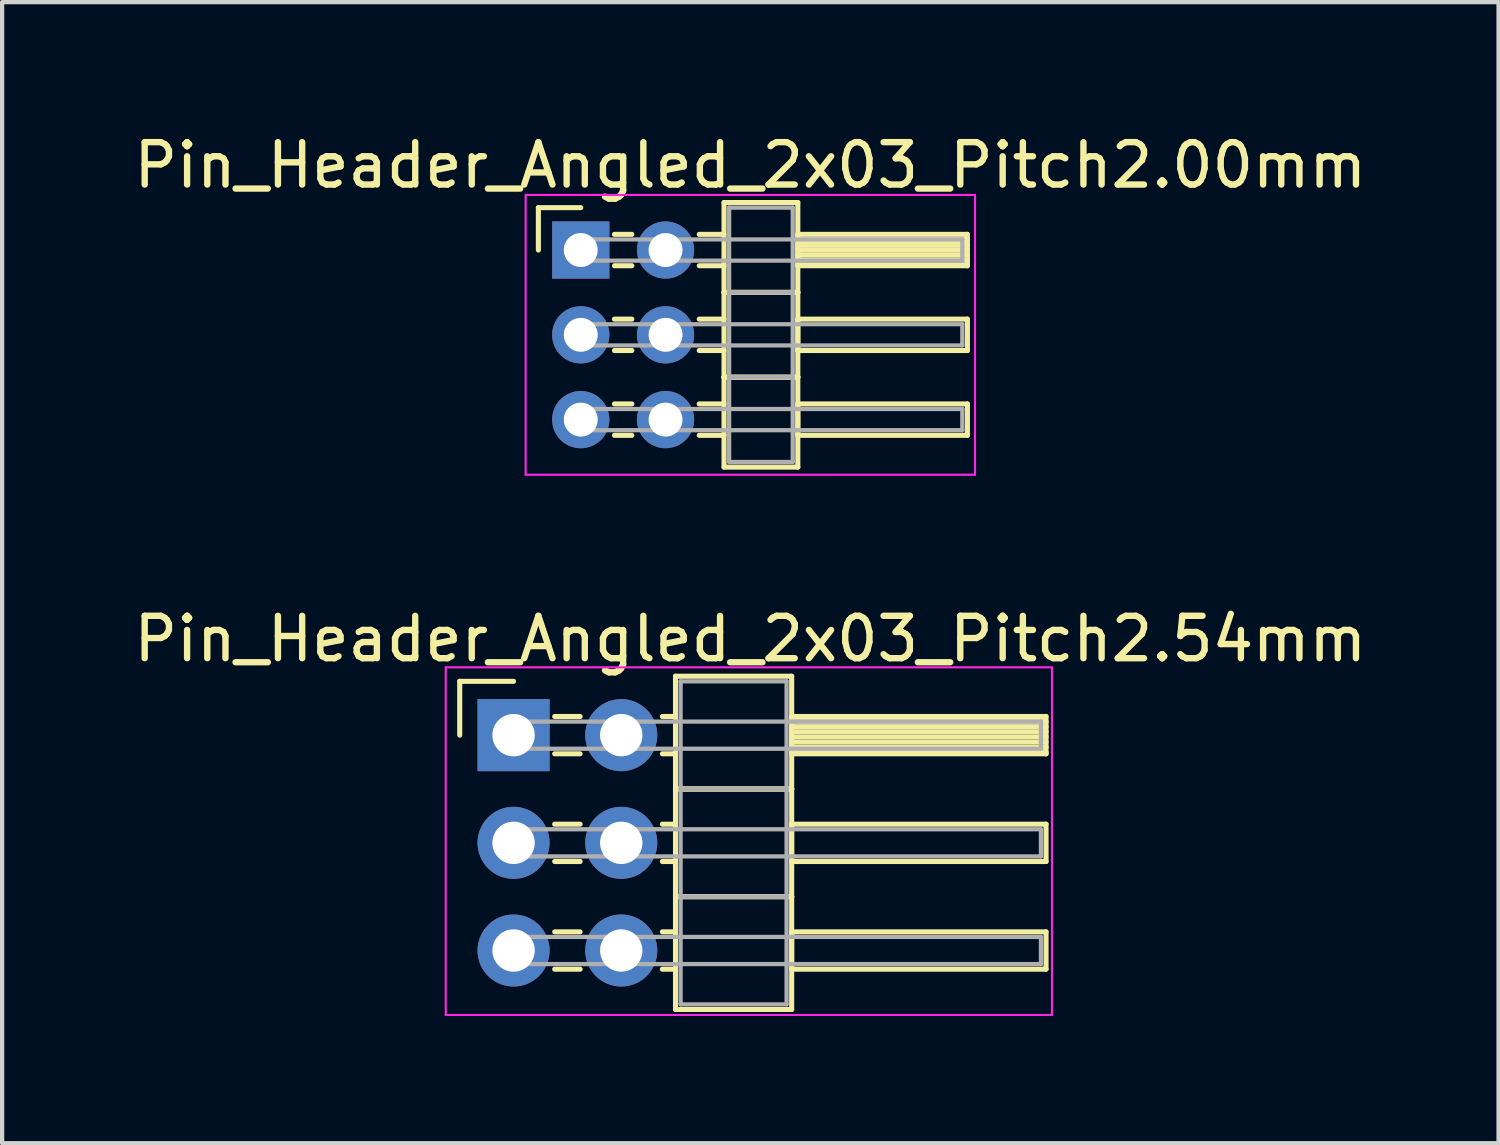
<source format=kicad_pcb>
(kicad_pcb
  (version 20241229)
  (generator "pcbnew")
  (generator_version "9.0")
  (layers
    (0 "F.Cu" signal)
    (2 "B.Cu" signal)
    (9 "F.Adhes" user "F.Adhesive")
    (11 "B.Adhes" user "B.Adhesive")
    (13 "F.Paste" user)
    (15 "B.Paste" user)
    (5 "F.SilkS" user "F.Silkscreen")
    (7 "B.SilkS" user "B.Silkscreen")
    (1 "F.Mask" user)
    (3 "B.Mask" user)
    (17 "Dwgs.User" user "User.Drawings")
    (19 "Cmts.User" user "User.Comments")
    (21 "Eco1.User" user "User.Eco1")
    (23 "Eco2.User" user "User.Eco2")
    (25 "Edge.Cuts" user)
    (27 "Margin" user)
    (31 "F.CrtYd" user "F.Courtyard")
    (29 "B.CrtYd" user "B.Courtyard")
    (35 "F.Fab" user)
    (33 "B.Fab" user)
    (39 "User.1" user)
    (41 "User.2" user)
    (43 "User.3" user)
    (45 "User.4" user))
  (footprint "Pin_Header_Angled_2x03_Pitch2.54mm"
    (layer "F.Cu")
    (at 9.064 14.291)
    (property "Reference" "Pin_Header_Angled_2x03_Pitch2.54mm" (at 5.585 -2.27 0) (layer "F.SilkS") (effects (font (size 1 1) (thickness 0.15))))
    (attr through_hole)
    (fp_line (start -1.27 -1.27) (end 0 -1.27) (stroke (width 0.12) (type solid)) (layer "F.SilkS"))
    (fp_line (start -1.27 0) (end -1.27 -1.27) (stroke (width 0.12) (type solid)) (layer "F.SilkS"))
    (fp_line (start 0.97 -0.44) (end 1.57 -0.44) (stroke (width 0.12) (type solid)) (layer "F.SilkS"))
    (fp_line (start 0.97 0.44) (end 1.57 0.44) (stroke (width 0.12) (type solid)) (layer "F.SilkS"))
    (fp_line (start 0.97 2.1) (end 1.57 2.1) (stroke (width 0.12) (type solid)) (layer "F.SilkS"))
    (fp_line (start 0.97 2.98) (end 1.57 2.98) (stroke (width 0.12) (type solid)) (layer "F.SilkS"))
    (fp_line (start 0.97 4.64) (end 1.57 4.64) (stroke (width 0.12) (type solid)) (layer "F.SilkS"))
    (fp_line (start 0.97 5.52) (end 1.57 5.52) (stroke (width 0.12) (type solid)) (layer "F.SilkS"))
    (fp_line (start 3.51 -0.44) (end 3.82 -0.44) (stroke (width 0.12) (type solid)) (layer "F.SilkS"))
    (fp_line (start 3.51 0.44) (end 3.82 0.44) (stroke (width 0.12) (type solid)) (layer "F.SilkS"))
    (fp_line (start 3.51 2.1) (end 3.82 2.1) (stroke (width 0.12) (type solid)) (layer "F.SilkS"))
    (fp_line (start 3.51 2.98) (end 3.82 2.98) (stroke (width 0.12) (type solid)) (layer "F.SilkS"))
    (fp_line (start 3.51 4.64) (end 3.82 4.64) (stroke (width 0.12) (type solid)) (layer "F.SilkS"))
    (fp_line (start 3.51 5.52) (end 3.82 5.52) (stroke (width 0.12) (type solid)) (layer "F.SilkS"))
    (fp_line (start 3.82 -1.39) (end 3.82 1.27) (stroke (width 0.12) (type solid)) (layer "F.SilkS"))
    (fp_line (start 3.82 1.27) (end 3.82 3.81) (stroke (width 0.12) (type solid)) (layer "F.SilkS"))
    (fp_line (start 3.82 1.27) (end 6.56 1.27) (stroke (width 0.12) (type solid)) (layer "F.SilkS"))
    (fp_line (start 3.82 3.81) (end 3.82 6.47) (stroke (width 0.12) (type solid)) (layer "F.SilkS"))
    (fp_line (start 3.82 3.81) (end 6.56 3.81) (stroke (width 0.12) (type solid)) (layer "F.SilkS"))
    (fp_line (start 3.82 6.47) (end 6.56 6.47) (stroke (width 0.12) (type solid)) (layer "F.SilkS"))
    (fp_line (start 6.56 -1.39) (end 3.82 -1.39) (stroke (width 0.12) (type solid)) (layer "F.SilkS"))
    (fp_line (start 6.56 -0.44) (end 6.56 0.44) (stroke (width 0.12) (type solid)) (layer "F.SilkS"))
    (fp_line (start 6.56 -0.32) (end 12.56 -0.32) (stroke (width 0.12) (type solid)) (layer "F.SilkS"))
    (fp_line (start 6.56 -0.2) (end 12.56 -0.2) (stroke (width 0.12) (type solid)) (layer "F.SilkS"))
    (fp_line (start 6.56 -0.08) (end 12.56 -0.08) (stroke (width 0.12) (type solid)) (layer "F.SilkS"))
    (fp_line (start 6.56 0.04) (end 12.56 0.04) (stroke (width 0.12) (type solid)) (layer "F.SilkS"))
    (fp_line (start 6.56 0.16) (end 12.56 0.16) (stroke (width 0.12) (type solid)) (layer "F.SilkS"))
    (fp_line (start 6.56 0.28) (end 12.56 0.28) (stroke (width 0.12) (type solid)) (layer "F.SilkS"))
    (fp_line (start 6.56 0.4) (end 12.56 0.4) (stroke (width 0.12) (type solid)) (layer "F.SilkS"))
    (fp_line (start 6.56 0.44) (end 12.56 0.44) (stroke (width 0.12) (type solid)) (layer "F.SilkS"))
    (fp_line (start 6.56 1.27) (end 3.82 1.27) (stroke (width 0.12) (type solid)) (layer "F.SilkS"))
    (fp_line (start 6.56 1.27) (end 6.56 -1.39) (stroke (width 0.12) (type solid)) (layer "F.SilkS"))
    (fp_line (start 6.56 2.1) (end 6.56 2.98) (stroke (width 0.12) (type solid)) (layer "F.SilkS"))
    (fp_line (start 6.56 2.98) (end 12.56 2.98) (stroke (width 0.12) (type solid)) (layer "F.SilkS"))
    (fp_line (start 6.56 3.81) (end 3.82 3.81) (stroke (width 0.12) (type solid)) (layer "F.SilkS"))
    (fp_line (start 6.56 3.81) (end 6.56 1.27) (stroke (width 0.12) (type solid)) (layer "F.SilkS"))
    (fp_line (start 6.56 4.64) (end 6.56 5.52) (stroke (width 0.12) (type solid)) (layer "F.SilkS"))
    (fp_line (start 6.56 5.52) (end 12.56 5.52) (stroke (width 0.12) (type solid)) (layer "F.SilkS"))
    (fp_line (start 6.56 6.47) (end 6.56 3.81) (stroke (width 0.12) (type solid)) (layer "F.SilkS"))
    (fp_line (start 12.56 -0.44) (end 6.56 -0.44) (stroke (width 0.12) (type solid)) (layer "F.SilkS"))
    (fp_line (start 12.56 0.44) (end 12.56 -0.44) (stroke (width 0.12) (type solid)) (layer "F.SilkS"))
    (fp_line (start 12.56 2.1) (end 6.56 2.1) (stroke (width 0.12) (type solid)) (layer "F.SilkS"))
    (fp_line (start 12.56 2.98) (end 12.56 2.1) (stroke (width 0.12) (type solid)) (layer "F.SilkS"))
    (fp_line (start 12.56 4.64) (end 6.56 4.64) (stroke (width 0.12) (type solid)) (layer "F.SilkS"))
    (fp_line (start 12.56 5.52) (end 12.56 4.64) (stroke (width 0.12) (type solid)) (layer "F.SilkS"))
    (fp_line (start -1.6 -1.6) (end -1.6 6.6) (stroke (width 0.05) (type solid)) (layer "F.CrtYd"))
    (fp_line (start -1.6 6.6) (end 12.7 6.6) (stroke (width 0.05) (type solid)) (layer "F.CrtYd"))
    (fp_line (start 12.7 -1.6) (end -1.6 -1.6) (stroke (width 0.05) (type solid)) (layer "F.CrtYd"))
    (fp_line (start 12.7 6.6) (end 12.7 -1.6) (stroke (width 0.05) (type solid)) (layer "F.CrtYd"))
    (fp_line (start 0 -0.32) (end 0 0.32) (stroke (width 0.1) (type solid)) (layer "F.Fab"))
    (fp_line (start 0 0.32) (end 12.44 0.32) (stroke (width 0.1) (type solid)) (layer "F.Fab"))
    (fp_line (start 0 2.22) (end 0 2.86) (stroke (width 0.1) (type solid)) (layer "F.Fab"))
    (fp_line (start 0 2.86) (end 12.44 2.86) (stroke (width 0.1) (type solid)) (layer "F.Fab"))
    (fp_line (start 0 4.76) (end 0 5.4) (stroke (width 0.1) (type solid)) (layer "F.Fab"))
    (fp_line (start 0 5.4) (end 12.44 5.4) (stroke (width 0.1) (type solid)) (layer "F.Fab"))
    (fp_line (start 3.94 -1.27) (end 3.94 1.27) (stroke (width 0.1) (type solid)) (layer "F.Fab"))
    (fp_line (start 3.94 1.27) (end 3.94 3.81) (stroke (width 0.1) (type solid)) (layer "F.Fab"))
    (fp_line (start 3.94 1.27) (end 6.44 1.27) (stroke (width 0.1) (type solid)) (layer "F.Fab"))
    (fp_line (start 3.94 3.81) (end 3.94 6.35) (stroke (width 0.1) (type solid)) (layer "F.Fab"))
    (fp_line (start 3.94 3.81) (end 6.44 3.81) (stroke (width 0.1) (type solid)) (layer "F.Fab"))
    (fp_line (start 3.94 6.35) (end 6.44 6.35) (stroke (width 0.1) (type solid)) (layer "F.Fab"))
    (fp_line (start 6.44 -1.27) (end 3.94 -1.27) (stroke (width 0.1) (type solid)) (layer "F.Fab"))
    (fp_line (start 6.44 1.27) (end 3.94 1.27) (stroke (width 0.1) (type solid)) (layer "F.Fab"))
    (fp_line (start 6.44 1.27) (end 6.44 -1.27) (stroke (width 0.1) (type solid)) (layer "F.Fab"))
    (fp_line (start 6.44 3.81) (end 3.94 3.81) (stroke (width 0.1) (type solid)) (layer "F.Fab"))
    (fp_line (start 6.44 3.81) (end 6.44 1.27) (stroke (width 0.1) (type solid)) (layer "F.Fab"))
    (fp_line (start 6.44 6.35) (end 6.44 3.81) (stroke (width 0.1) (type solid)) (layer "F.Fab"))
    (fp_line (start 12.44 -0.32) (end 0 -0.32) (stroke (width 0.1) (type solid)) (layer "F.Fab"))
    (fp_line (start 12.44 0.32) (end 12.44 -0.32) (stroke (width 0.1) (type solid)) (layer "F.Fab"))
    (fp_line (start 12.44 2.22) (end 0 2.22) (stroke (width 0.1) (type solid)) (layer "F.Fab"))
    (fp_line (start 12.44 2.86) (end 12.44 2.22) (stroke (width 0.1) (type solid)) (layer "F.Fab"))
    (fp_line (start 12.44 4.76) (end 0 4.76) (stroke (width 0.1) (type solid)) (layer "F.Fab"))
    (fp_line (start 12.44 5.4) (end 12.44 4.76) (stroke (width 0.1) (type solid)) (layer "F.Fab"))
    (pad "1" thru_hole rect (at 0 0) (size 1.7 1.7) (drill 1) (layers "*.Cu" "*.Mask"))
    (pad "2" thru_hole oval (at 2.54 0) (size 1.7 1.7) (drill 1) (layers "*.Cu" "*.Mask"))
    (pad "3" thru_hole oval (at 0 2.54) (size 1.7 1.7) (drill 1) (layers "*.Cu" "*.Mask"))
    (pad "4" thru_hole oval (at 2.54 2.54) (size 1.7 1.7) (drill 1) (layers "*.Cu" "*.Mask"))
    (pad "5" thru_hole oval (at 0 5.08) (size 1.7 1.7) (drill 1) (layers "*.Cu" "*.Mask"))
    (pad "6" thru_hole oval (at 2.54 5.08) (size 1.7 1.7) (drill 1) (layers "*.Cu" "*.Mask")))
  (footprint "Pin_Header_Angled_2x03_Pitch2.00mm"
    (layer "F.Cu")
    (at 10.649 2.848)
    (property "Reference" "Pin_Header_Angled_2x03_Pitch2.00mm" (at 4 -2 0) (layer "F.SilkS") (effects (font (size 1 1) (thickness 0.15))))
    (attr through_hole)
    (fp_line (start -1 -1) (end 0 -1) (stroke (width 0.12) (type solid)) (layer "F.SilkS"))
    (fp_line (start -1 0) (end -1 -1) (stroke (width 0.12) (type solid)) (layer "F.SilkS"))
    (fp_line (start 0.795 -0.37) (end 1.205 -0.37) (stroke (width 0.12) (type solid)) (layer "F.SilkS"))
    (fp_line (start 0.795 0.37) (end 1.205 0.37) (stroke (width 0.12) (type solid)) (layer "F.SilkS"))
    (fp_line (start 0.795 1.63) (end 1.205 1.63) (stroke (width 0.12) (type solid)) (layer "F.SilkS"))
    (fp_line (start 0.795 2.37) (end 1.205 2.37) (stroke (width 0.12) (type solid)) (layer "F.SilkS"))
    (fp_line (start 0.795 3.63) (end 1.205 3.63) (stroke (width 0.12) (type solid)) (layer "F.SilkS"))
    (fp_line (start 0.795 4.37) (end 1.205 4.37) (stroke (width 0.12) (type solid)) (layer "F.SilkS"))
    (fp_line (start 2.795 -0.37) (end 3.38 -0.37) (stroke (width 0.12) (type solid)) (layer "F.SilkS"))
    (fp_line (start 2.795 0.37) (end 3.38 0.37) (stroke (width 0.12) (type solid)) (layer "F.SilkS"))
    (fp_line (start 2.795 1.63) (end 3.38 1.63) (stroke (width 0.12) (type solid)) (layer "F.SilkS"))
    (fp_line (start 2.795 2.37) (end 3.38 2.37) (stroke (width 0.12) (type solid)) (layer "F.SilkS"))
    (fp_line (start 2.795 3.63) (end 3.38 3.63) (stroke (width 0.12) (type solid)) (layer "F.SilkS"))
    (fp_line (start 2.795 4.37) (end 3.38 4.37) (stroke (width 0.12) (type solid)) (layer "F.SilkS"))
    (fp_line (start 3.38 -1.12) (end 3.38 1) (stroke (width 0.12) (type solid)) (layer "F.SilkS"))
    (fp_line (start 3.38 1) (end 3.38 3) (stroke (width 0.12) (type solid)) (layer "F.SilkS"))
    (fp_line (start 3.38 1) (end 5.12 1) (stroke (width 0.12) (type solid)) (layer "F.SilkS"))
    (fp_line (start 3.38 3) (end 3.38 5.12) (stroke (width 0.12) (type solid)) (layer "F.SilkS"))
    (fp_line (start 3.38 3) (end 5.12 3) (stroke (width 0.12) (type solid)) (layer "F.SilkS"))
    (fp_line (start 3.38 5.12) (end 5.12 5.12) (stroke (width 0.12) (type solid)) (layer "F.SilkS"))
    (fp_line (start 5.12 -1.12) (end 3.38 -1.12) (stroke (width 0.12) (type solid)) (layer "F.SilkS"))
    (fp_line (start 5.12 -0.37) (end 5.12 0.37) (stroke (width 0.12) (type solid)) (layer "F.SilkS"))
    (fp_line (start 5.12 -0.25) (end 9.12 -0.25) (stroke (width 0.12) (type solid)) (layer "F.SilkS"))
    (fp_line (start 5.12 -0.13) (end 9.12 -0.13) (stroke (width 0.12) (type solid)) (layer "F.SilkS"))
    (fp_line (start 5.12 -0.01) (end 9.12 -0.01) (stroke (width 0.12) (type solid)) (layer "F.SilkS"))
    (fp_line (start 5.12 0.11) (end 9.12 0.11) (stroke (width 0.12) (type solid)) (layer "F.SilkS"))
    (fp_line (start 5.12 0.23) (end 9.12 0.23) (stroke (width 0.12) (type solid)) (layer "F.SilkS"))
    (fp_line (start 5.12 0.35) (end 9.12 0.35) (stroke (width 0.12) (type solid)) (layer "F.SilkS"))
    (fp_line (start 5.12 0.37) (end 9.12 0.37) (stroke (width 0.12) (type solid)) (layer "F.SilkS"))
    (fp_line (start 5.12 1) (end 3.38 1) (stroke (width 0.12) (type solid)) (layer "F.SilkS"))
    (fp_line (start 5.12 1) (end 5.12 -1.12) (stroke (width 0.12) (type solid)) (layer "F.SilkS"))
    (fp_line (start 5.12 1.63) (end 5.12 2.37) (stroke (width 0.12) (type solid)) (layer "F.SilkS"))
    (fp_line (start 5.12 2.37) (end 9.12 2.37) (stroke (width 0.12) (type solid)) (layer "F.SilkS"))
    (fp_line (start 5.12 3) (end 3.38 3) (stroke (width 0.12) (type solid)) (layer "F.SilkS"))
    (fp_line (start 5.12 3) (end 5.12 1) (stroke (width 0.12) (type solid)) (layer "F.SilkS"))
    (fp_line (start 5.12 3.63) (end 5.12 4.37) (stroke (width 0.12) (type solid)) (layer "F.SilkS"))
    (fp_line (start 5.12 4.37) (end 9.12 4.37) (stroke (width 0.12) (type solid)) (layer "F.SilkS"))
    (fp_line (start 5.12 5.12) (end 5.12 3) (stroke (width 0.12) (type solid)) (layer "F.SilkS"))
    (fp_line (start 9.12 -0.37) (end 5.12 -0.37) (stroke (width 0.12) (type solid)) (layer "F.SilkS"))
    (fp_line (start 9.12 0.37) (end 9.12 -0.37) (stroke (width 0.12) (type solid)) (layer "F.SilkS"))
    (fp_line (start 9.12 1.63) (end 5.12 1.63) (stroke (width 0.12) (type solid)) (layer "F.SilkS"))
    (fp_line (start 9.12 2.37) (end 9.12 1.63) (stroke (width 0.12) (type solid)) (layer "F.SilkS"))
    (fp_line (start 9.12 3.63) (end 5.12 3.63) (stroke (width 0.12) (type solid)) (layer "F.SilkS"))
    (fp_line (start 9.12 4.37) (end 9.12 3.63) (stroke (width 0.12) (type solid)) (layer "F.SilkS"))
    (fp_line (start -1.3 -1.3) (end -1.3 5.3) (stroke (width 0.05) (type solid)) (layer "F.CrtYd"))
    (fp_line (start -1.3 5.3) (end 9.3 5.3) (stroke (width 0.05) (type solid)) (layer "F.CrtYd"))
    (fp_line (start 9.3 -1.3) (end -1.3 -1.3) (stroke (width 0.05) (type solid)) (layer "F.CrtYd"))
    (fp_line (start 9.3 5.3) (end 9.3 -1.3) (stroke (width 0.05) (type solid)) (layer "F.CrtYd"))
    (fp_line (start 0 -0.25) (end 0 0.25) (stroke (width 0.1) (type solid)) (layer "F.Fab"))
    (fp_line (start 0 0.25) (end 9 0.25) (stroke (width 0.1) (type solid)) (layer "F.Fab"))
    (fp_line (start 0 1.75) (end 0 2.25) (stroke (width 0.1) (type solid)) (layer "F.Fab"))
    (fp_line (start 0 2.25) (end 9 2.25) (stroke (width 0.1) (type solid)) (layer "F.Fab"))
    (fp_line (start 0 3.75) (end 0 4.25) (stroke (width 0.1) (type solid)) (layer "F.Fab"))
    (fp_line (start 0 4.25) (end 9 4.25) (stroke (width 0.1) (type solid)) (layer "F.Fab"))
    (fp_line (start 3.5 -1) (end 3.5 1) (stroke (width 0.1) (type solid)) (layer "F.Fab"))
    (fp_line (start 3.5 1) (end 3.5 3) (stroke (width 0.1) (type solid)) (layer "F.Fab"))
    (fp_line (start 3.5 1) (end 5 1) (stroke (width 0.1) (type solid)) (layer "F.Fab"))
    (fp_line (start 3.5 3) (end 3.5 5) (stroke (width 0.1) (type solid)) (layer "F.Fab"))
    (fp_line (start 3.5 3) (end 5 3) (stroke (width 0.1) (type solid)) (layer "F.Fab"))
    (fp_line (start 3.5 5) (end 5 5) (stroke (width 0.1) (type solid)) (layer "F.Fab"))
    (fp_line (start 5 -1) (end 3.5 -1) (stroke (width 0.1) (type solid)) (layer "F.Fab"))
    (fp_line (start 5 1) (end 3.5 1) (stroke (width 0.1) (type solid)) (layer "F.Fab"))
    (fp_line (start 5 1) (end 5 -1) (stroke (width 0.1) (type solid)) (layer "F.Fab"))
    (fp_line (start 5 3) (end 3.5 3) (stroke (width 0.1) (type solid)) (layer "F.Fab"))
    (fp_line (start 5 3) (end 5 1) (stroke (width 0.1) (type solid)) (layer "F.Fab"))
    (fp_line (start 5 5) (end 5 3) (stroke (width 0.1) (type solid)) (layer "F.Fab"))
    (fp_line (start 9 -0.25) (end 0 -0.25) (stroke (width 0.1) (type solid)) (layer "F.Fab"))
    (fp_line (start 9 0.25) (end 9 -0.25) (stroke (width 0.1) (type solid)) (layer "F.Fab"))
    (fp_line (start 9 1.75) (end 0 1.75) (stroke (width 0.1) (type solid)) (layer "F.Fab"))
    (fp_line (start 9 2.25) (end 9 1.75) (stroke (width 0.1) (type solid)) (layer "F.Fab"))
    (fp_line (start 9 3.75) (end 0 3.75) (stroke (width 0.1) (type solid)) (layer "F.Fab"))
    (fp_line (start 9 4.25) (end 9 3.75) (stroke (width 0.1) (type solid)) (layer "F.Fab"))
    (pad "1" thru_hole rect (at 0 0) (size 1.35 1.35) (drill 0.8) (layers "*.Cu" "*.Mask"))
    (pad "2" thru_hole oval (at 2 0) (size 1.35 1.35) (drill 0.8) (layers "*.Cu" "*.Mask"))
    (pad "3" thru_hole oval (at 0 2) (size 1.35 1.35) (drill 0.8) (layers "*.Cu" "*.Mask"))
    (pad "4" thru_hole oval (at 2 2) (size 1.35 1.35) (drill 0.8) (layers "*.Cu" "*.Mask"))
    (pad "5" thru_hole oval (at 0 4) (size 1.35 1.35) (drill 0.8) (layers "*.Cu" "*.Mask"))
    (pad "6" thru_hole oval (at 2 4) (size 1.35 1.35) (drill 0.8) (layers "*.Cu" "*.Mask")))
  (gr_rect
    (start -3 -3)
    (end 32.298 23.916)
    (stroke (width 0.1) (type default))
    (fill no)
    (layer "Edge.Cuts")))
</source>
